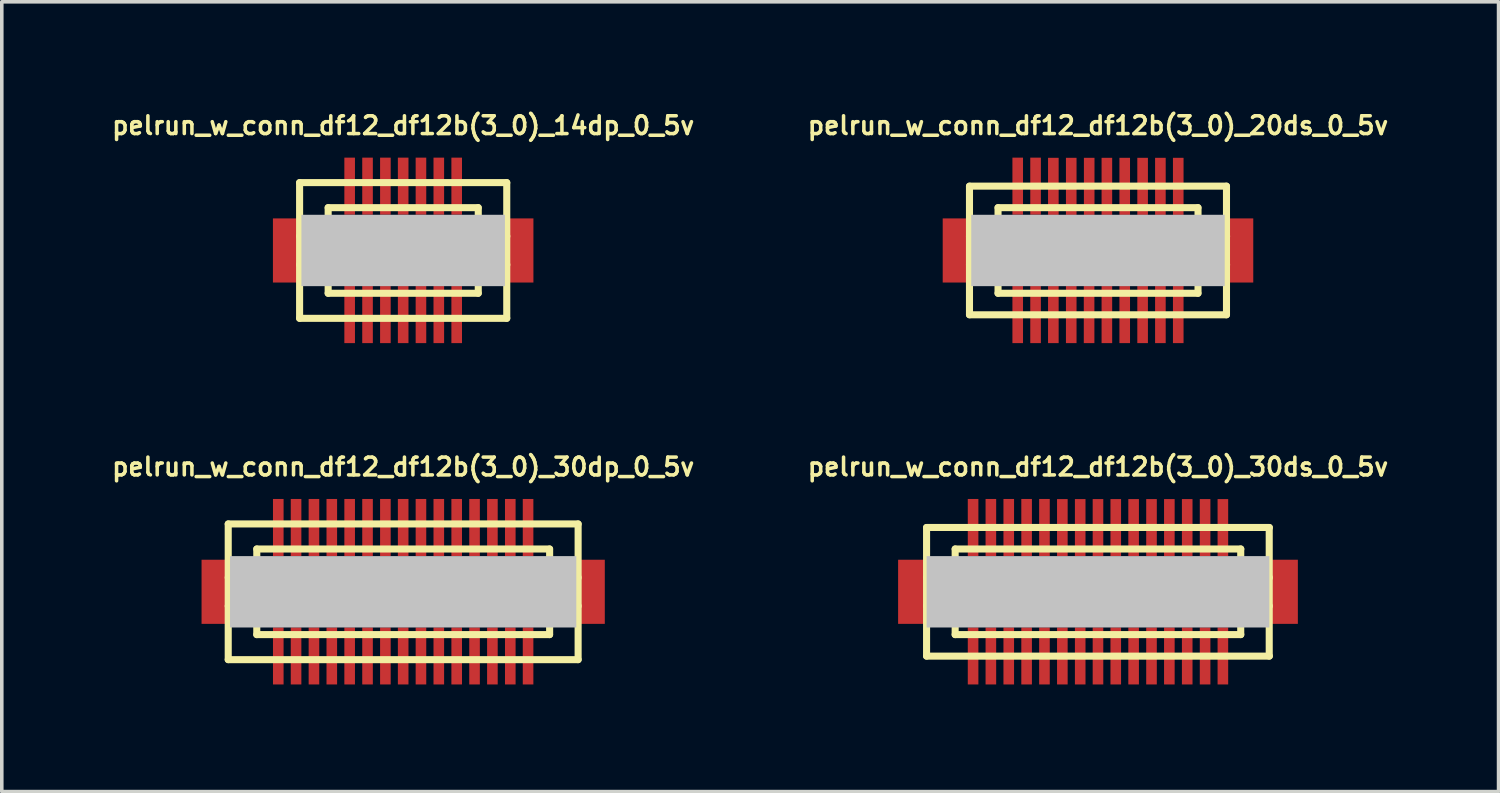
<source format=kicad_pcb>
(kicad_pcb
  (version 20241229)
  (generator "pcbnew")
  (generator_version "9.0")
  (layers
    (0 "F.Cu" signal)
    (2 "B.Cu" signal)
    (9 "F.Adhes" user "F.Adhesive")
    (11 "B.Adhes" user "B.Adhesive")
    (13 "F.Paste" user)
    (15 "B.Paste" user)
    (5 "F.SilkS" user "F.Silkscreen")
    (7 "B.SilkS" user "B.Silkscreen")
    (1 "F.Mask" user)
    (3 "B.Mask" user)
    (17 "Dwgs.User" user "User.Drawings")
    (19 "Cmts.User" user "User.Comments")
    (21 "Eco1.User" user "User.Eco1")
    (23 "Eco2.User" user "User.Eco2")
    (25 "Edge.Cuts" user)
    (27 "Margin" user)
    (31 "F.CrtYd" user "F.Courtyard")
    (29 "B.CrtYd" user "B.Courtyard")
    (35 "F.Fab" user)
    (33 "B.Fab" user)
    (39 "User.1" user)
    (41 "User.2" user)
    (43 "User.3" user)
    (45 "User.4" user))
  (footprint "pelrun_w_conn_df12_df12b(3_0)_30dp_0_5v"
    (layer "F.Cu")
    (at 8.242 13.525)
    (property "Reference" "pelrun_w_conn_df12_df12b(3_0)_30dp_0_5v" (at 0 -3.5 0) (layer "F.SilkS") (effects (font (size 0.498 0.498) (thickness 0.099))))
    (attr through_hole)
    (fp_line (start -4.9 -1.9) (end -4.9 1.9) (stroke (width 0.198) (type solid)) (layer "F.SilkS"))
    (fp_line (start -4.9 -1.9) (end 4.9 -1.9) (stroke (width 0.198) (type solid)) (layer "F.SilkS"))
    (fp_line (start -4.1 -0.399) (end -4.9 -0.399) (stroke (width 0.198) (type solid)) (layer "F.SilkS"))
    (fp_line (start -4.1 0.399) (end -4.9 0.399) (stroke (width 0.198) (type solid)) (layer "F.SilkS"))
    (fp_line (start -4.1 1.199) (end -4.1 -1.199) (stroke (width 0.198) (type solid)) (layer "F.SilkS"))
    (fp_line (start -4.1 1.199) (end 4.1 1.199) (stroke (width 0.198) (type solid)) (layer "F.SilkS"))
    (fp_line (start 4.1 -1.199) (end -4.1 -1.199) (stroke (width 0.198) (type solid)) (layer "F.SilkS"))
    (fp_line (start 4.102 -1.199) (end 4.102 1.199) (stroke (width 0.198) (type solid)) (layer "F.SilkS"))
    (fp_line (start 4.102 -0.399) (end 4.902 -0.399) (stroke (width 0.198) (type solid)) (layer "F.SilkS"))
    (fp_line (start 4.9 1.9) (end -4.9 1.9) (stroke (width 0.198) (type solid)) (layer "F.SilkS"))
    (fp_line (start 4.9 1.9) (end 4.9 -1.9) (stroke (width 0.198) (type solid)) (layer "F.SilkS"))
    (fp_line (start 4.902 0.399) (end 4.102 0.399) (stroke (width 0.198) (type solid)) (layer "F.SilkS"))
    (pad "" smd rect (at -5.248 0) (size 0.798 1.796) (layers "F.Cu" "F.Mask" "F.Paste"))
    (pad "" smd rect (at 0 0) (size 9.698 1.999) (layers "Dwgs.User"))
    (pad "" smd rect (at 5.248 0) (size 0.798 1.796) (layers "F.Cu" "F.Mask" "F.Paste"))
    (pad "1" smd rect (at 3.498 1.796) (size 0.297 1.598) (layers "F.Cu" "F.Mask" "F.Paste"))
    (pad "2" smd rect (at 3 1.796) (size 0.297 1.598) (layers "F.Cu" "F.Mask" "F.Paste"))
    (pad "3" smd rect (at 2.499 1.796) (size 0.297 1.598) (layers "F.Cu" "F.Mask" "F.Paste"))
    (pad "4" smd rect (at 1.999 1.796) (size 0.297 1.598) (layers "F.Cu" "F.Mask" "F.Paste"))
    (pad "5" smd rect (at 1.499 1.796) (size 0.297 1.598) (layers "F.Cu" "F.Mask" "F.Paste"))
    (pad "6" smd rect (at 0.998 1.796) (size 0.297 1.598) (layers "F.Cu" "F.Mask" "F.Paste"))
    (pad "7" smd rect (at 0.498 1.796) (size 0.297 1.598) (layers "F.Cu" "F.Mask" "F.Paste"))
    (pad "8" smd rect (at 0 1.796) (size 0.297 1.598) (layers "F.Cu" "F.Mask" "F.Paste"))
    (pad "9" smd rect (at -0.498 1.796) (size 0.297 1.598) (layers "F.Cu" "F.Mask" "F.Paste"))
    (pad "10" smd rect (at -0.998 1.796) (size 0.297 1.598) (layers "F.Cu" "F.Mask" "F.Paste"))
    (pad "11" smd rect (at -1.499 1.796) (size 0.297 1.598) (layers "F.Cu" "F.Mask" "F.Paste"))
    (pad "12" smd rect (at -1.999 1.796) (size 0.297 1.598) (layers "F.Cu" "F.Mask" "F.Paste"))
    (pad "13" smd rect (at -2.499 1.796) (size 0.297 1.598) (layers "F.Cu" "F.Mask" "F.Paste"))
    (pad "14" smd rect (at -3 1.796) (size 0.297 1.598) (layers "F.Cu" "F.Mask" "F.Paste"))
    (pad "15" smd rect (at -3.498 1.796) (size 0.297 1.598) (layers "F.Cu" "F.Mask" "F.Paste"))
    (pad "16" smd rect (at -3.498 -1.801) (size 0.297 1.598) (layers "F.Cu" "F.Mask" "F.Paste"))
    (pad "17" smd rect (at -3 -1.801) (size 0.297 1.598) (layers "F.Cu" "F.Mask" "F.Paste"))
    (pad "18" smd rect (at -2.499 -1.801) (size 0.297 1.598) (layers "F.Cu" "F.Mask" "F.Paste"))
    (pad "19" smd rect (at -1.999 -1.801) (size 0.297 1.598) (layers "F.Cu" "F.Mask" "F.Paste"))
    (pad "20" smd rect (at -1.499 -1.801) (size 0.297 1.598) (layers "F.Cu" "F.Mask" "F.Paste"))
    (pad "21" smd rect (at -0.998 -1.801) (size 0.297 1.598) (layers "F.Cu" "F.Mask" "F.Paste"))
    (pad "22" smd rect (at -0.498 -1.801) (size 0.297 1.598) (layers "F.Cu" "F.Mask" "F.Paste"))
    (pad "23" smd rect (at 0 -1.801) (size 0.297 1.598) (layers "F.Cu" "F.Mask" "F.Paste"))
    (pad "24" smd rect (at 0.498 -1.801) (size 0.297 1.598) (layers "F.Cu" "F.Mask" "F.Paste"))
    (pad "25" smd rect (at 0.998 -1.801) (size 0.297 1.598) (layers "F.Cu" "F.Mask" "F.Paste"))
    (pad "26" smd rect (at 1.499 -1.801) (size 0.297 1.598) (layers "F.Cu" "F.Mask" "F.Paste"))
    (pad "27" smd rect (at 1.999 -1.801) (size 0.297 1.598) (layers "F.Cu" "F.Mask" "F.Paste"))
    (pad "28" smd rect (at 2.499 -1.801) (size 0.297 1.598) (layers "F.Cu" "F.Mask" "F.Paste"))
    (pad "29" smd rect (at 3 -1.801) (size 0.297 1.598) (layers "F.Cu" "F.Mask" "F.Paste"))
    (pad "30" smd rect (at 3.498 -1.801) (size 0.297 1.598) (layers "F.Cu" "F.Mask" "F.Paste")))
  (footprint "pelrun_w_conn_df12_df12b(3_0)_20ds_0_5v"
    (layer "F.Cu")
    (at 27.702 3.965)
    (property "Reference" "pelrun_w_conn_df12_df12b(3_0)_20ds_0_5v" (at 0 -3.5 0) (layer "F.SilkS") (effects (font (size 0.498 0.498) (thickness 0.099))))
    (attr through_hole)
    (fp_line (start -3.599 1.801) (end -3.599 -1.801) (stroke (width 0.198) (type solid)) (layer "F.SilkS"))
    (fp_line (start -3.599 1.801) (end 3.599 1.801) (stroke (width 0.198) (type solid)) (layer "F.SilkS"))
    (fp_line (start -2.799 -1.199) (end 2.799 -1.199) (stroke (width 0.198) (type solid)) (layer "F.SilkS"))
    (fp_line (start -2.799 -0.399) (end -3.599 -0.399) (stroke (width 0.198) (type solid)) (layer "F.SilkS"))
    (fp_line (start -2.799 0.399) (end -3.599 0.399) (stroke (width 0.198) (type solid)) (layer "F.SilkS"))
    (fp_line (start -2.799 0.701) (end 2.799 0.701) (stroke (width 0.198) (type solid)) (layer "F.SilkS"))
    (fp_line (start -2.799 1.199) (end -2.799 -1.199) (stroke (width 0.198) (type solid)) (layer "F.SilkS"))
    (fp_line (start 2.799 -0.701) (end -2.799 -0.701) (stroke (width 0.198) (type solid)) (layer "F.SilkS"))
    (fp_line (start 2.799 1.199) (end -2.799 1.199) (stroke (width 0.198) (type solid)) (layer "F.SilkS"))
    (fp_line (start 2.802 -1.199) (end 2.802 1.199) (stroke (width 0.198) (type solid)) (layer "F.SilkS"))
    (fp_line (start 2.802 -0.399) (end 3.602 -0.399) (stroke (width 0.198) (type solid)) (layer "F.SilkS"))
    (fp_line (start 3.599 -1.801) (end -3.599 -1.801) (stroke (width 0.198) (type solid)) (layer "F.SilkS"))
    (fp_line (start 3.599 -1.801) (end 3.599 1.801) (stroke (width 0.198) (type solid)) (layer "F.SilkS"))
    (fp_line (start 3.602 0.399) (end 2.802 0.399) (stroke (width 0.198) (type solid)) (layer "F.SilkS"))
    (pad "" smd rect (at -3.95 0) (size 0.798 1.796) (layers "F.Cu" "F.Mask" "F.Paste"))
    (pad "" smd rect (at 0 0) (size 7.099 1.999) (layers "Dwgs.User"))
    (pad "" smd rect (at 3.95 0) (size 0.798 1.796) (layers "F.Cu" "F.Mask" "F.Paste"))
    (pad "1" smd rect (at -2.248 1.796) (size 0.297 1.598) (layers "F.Cu" "F.Mask" "F.Paste"))
    (pad "2" smd rect (at -1.748 1.796) (size 0.297 1.598) (layers "F.Cu" "F.Mask" "F.Paste"))
    (pad "3" smd rect (at -1.25 1.796) (size 0.297 1.598) (layers "F.Cu" "F.Mask" "F.Paste"))
    (pad "4" smd rect (at -0.749 1.796) (size 0.297 1.598) (layers "F.Cu" "F.Mask" "F.Paste"))
    (pad "5" smd rect (at -0.249 1.796) (size 0.297 1.598) (layers "F.Cu" "F.Mask" "F.Paste"))
    (pad "6" smd rect (at 0.249 1.796) (size 0.297 1.598) (layers "F.Cu" "F.Mask" "F.Paste"))
    (pad "7" smd rect (at 0.749 1.796) (size 0.297 1.598) (layers "F.Cu" "F.Mask" "F.Paste"))
    (pad "8" smd rect (at 1.25 1.796) (size 0.297 1.598) (layers "F.Cu" "F.Mask" "F.Paste"))
    (pad "9" smd rect (at 1.748 1.796) (size 0.297 1.598) (layers "F.Cu" "F.Mask" "F.Paste"))
    (pad "10" smd rect (at 2.248 1.796) (size 0.297 1.598) (layers "F.Cu" "F.Mask" "F.Paste"))
    (pad "11" smd rect (at 2.248 -1.796) (size 0.297 1.598) (layers "F.Cu" "F.Mask" "F.Paste"))
    (pad "12" smd rect (at 1.748 -1.796) (size 0.297 1.598) (layers "F.Cu" "F.Mask" "F.Paste"))
    (pad "13" smd rect (at 1.25 -1.796) (size 0.297 1.598) (layers "F.Cu" "F.Mask" "F.Paste"))
    (pad "14" smd rect (at 0.749 -1.796) (size 0.297 1.598) (layers "F.Cu" "F.Mask" "F.Paste"))
    (pad "15" smd rect (at 0.249 -1.796) (size 0.297 1.598) (layers "F.Cu" "F.Mask" "F.Paste"))
    (pad "16" smd rect (at -0.246 -1.796) (size 0.297 1.598) (layers "F.Cu" "F.Mask" "F.Paste"))
    (pad "17" smd rect (at -0.749 -1.796) (size 0.297 1.598) (layers "F.Cu" "F.Mask" "F.Paste"))
    (pad "18" smd rect (at -1.25 -1.796) (size 0.297 1.598) (layers "F.Cu" "F.Mask" "F.Paste"))
    (pad "19" smd rect (at -1.748 -1.801) (size 0.297 1.598) (layers "F.Cu" "F.Mask" "F.Paste"))
    (pad "20" smd rect (at -2.248 -1.801) (size 0.297 1.598) (layers "F.Cu" "F.Mask" "F.Paste")))
  (footprint "pelrun_w_conn_df12_df12b(3_0)_14dp_0_5v"
    (layer "F.Cu")
    (at 8.242 3.965)
    (property "Reference" "pelrun_w_conn_df12_df12b(3_0)_14dp_0_5v" (at 0 -3.5 0) (layer "F.SilkS") (effects (font (size 0.498 0.498) (thickness 0.099))))
    (attr through_hole)
    (fp_line (start -2.901 -1.9) (end -2.901 1.9) (stroke (width 0.198) (type solid)) (layer "F.SilkS"))
    (fp_line (start -2.901 -1.9) (end 2.901 -1.9) (stroke (width 0.198) (type solid)) (layer "F.SilkS"))
    (fp_line (start -2.101 -0.399) (end -2.901 -0.399) (stroke (width 0.198) (type solid)) (layer "F.SilkS"))
    (fp_line (start -2.101 0.399) (end -2.901 0.399) (stroke (width 0.198) (type solid)) (layer "F.SilkS"))
    (fp_line (start -2.101 1.199) (end -2.101 -1.199) (stroke (width 0.198) (type solid)) (layer "F.SilkS"))
    (fp_line (start -2.101 1.199) (end 2.101 1.199) (stroke (width 0.198) (type solid)) (layer "F.SilkS"))
    (fp_line (start 2.101 -1.199) (end -2.101 -1.199) (stroke (width 0.198) (type solid)) (layer "F.SilkS"))
    (fp_line (start 2.103 -1.199) (end 2.103 1.199) (stroke (width 0.198) (type solid)) (layer "F.SilkS"))
    (fp_line (start 2.103 -0.399) (end 2.903 -0.399) (stroke (width 0.198) (type solid)) (layer "F.SilkS"))
    (fp_line (start 2.901 1.9) (end -2.901 1.9) (stroke (width 0.198) (type solid)) (layer "F.SilkS"))
    (fp_line (start 2.901 1.9) (end 2.901 -1.9) (stroke (width 0.198) (type solid)) (layer "F.SilkS"))
    (fp_line (start 2.903 0.399) (end 2.103 0.399) (stroke (width 0.198) (type solid)) (layer "F.SilkS"))
    (pad "" smd rect (at -3.249 0) (size 0.798 1.796) (layers "F.Cu" "F.Mask" "F.Paste"))
    (pad "" smd rect (at 0 0) (size 5.7 1.999) (layers "Dwgs.User"))
    (pad "" smd rect (at 3.249 0) (size 0.798 1.796) (layers "F.Cu" "F.Mask" "F.Paste"))
    (pad "1" smd rect (at 1.499 1.796) (size 0.297 1.598) (layers "F.Cu" "F.Mask" "F.Paste"))
    (pad "2" smd rect (at 0.998 1.796) (size 0.297 1.598) (layers "F.Cu" "F.Mask" "F.Paste"))
    (pad "3" smd rect (at 0.498 1.796) (size 0.297 1.598) (layers "F.Cu" "F.Mask" "F.Paste"))
    (pad "4" smd rect (at 0 1.796) (size 0.297 1.598) (layers "F.Cu" "F.Mask" "F.Paste"))
    (pad "5" smd rect (at -0.498 1.796) (size 0.297 1.598) (layers "F.Cu" "F.Mask" "F.Paste"))
    (pad "6" smd rect (at -0.998 1.796) (size 0.297 1.598) (layers "F.Cu" "F.Mask" "F.Paste"))
    (pad "7" smd rect (at -1.499 1.796) (size 0.297 1.598) (layers "F.Cu" "F.Mask" "F.Paste"))
    (pad "8" smd rect (at -1.499 -1.801) (size 0.297 1.598) (layers "F.Cu" "F.Mask" "F.Paste"))
    (pad "9" smd rect (at -0.998 -1.801) (size 0.297 1.598) (layers "F.Cu" "F.Mask" "F.Paste"))
    (pad "10" smd rect (at -0.498 -1.801) (size 0.297 1.598) (layers "F.Cu" "F.Mask" "F.Paste"))
    (pad "11" smd rect (at 0 -1.801) (size 0.297 1.598) (layers "F.Cu" "F.Mask" "F.Paste"))
    (pad "12" smd rect (at 0.498 -1.801) (size 0.297 1.598) (layers "F.Cu" "F.Mask" "F.Paste"))
    (pad "13" smd rect (at 0.998 -1.801) (size 0.297 1.598) (layers "F.Cu" "F.Mask" "F.Paste"))
    (pad "14" smd rect (at 1.499 -1.801) (size 0.297 1.598) (layers "F.Cu" "F.Mask" "F.Paste")))
  (footprint "pelrun_w_conn_df12_df12b(3_0)_30ds_0_5v"
    (layer "F.Cu")
    (at 27.702 13.525)
    (property "Reference" "pelrun_w_conn_df12_df12b(3_0)_30ds_0_5v" (at 0 -3.5 0) (layer "F.SilkS") (effects (font (size 0.498 0.498) (thickness 0.099))))
    (attr through_hole)
    (fp_line (start -4.801 1.801) (end -4.801 -1.801) (stroke (width 0.198) (type solid)) (layer "F.SilkS"))
    (fp_line (start -4.801 1.801) (end 4.801 1.801) (stroke (width 0.198) (type solid)) (layer "F.SilkS"))
    (fp_line (start -4 -0.701) (end 4 -0.701) (stroke (width 0.198) (type solid)) (layer "F.SilkS"))
    (fp_line (start -4 -0.399) (end -4.801 -0.399) (stroke (width 0.198) (type solid)) (layer "F.SilkS"))
    (fp_line (start -4 0.399) (end -4.801 0.399) (stroke (width 0.198) (type solid)) (layer "F.SilkS"))
    (fp_line (start -4 1.199) (end -4 -1.199) (stroke (width 0.198) (type solid)) (layer "F.SilkS"))
    (fp_line (start 3.998 -1.199) (end 3.998 1.199) (stroke (width 0.198) (type solid)) (layer "F.SilkS"))
    (fp_line (start 4 -1.199) (end -4 -1.199) (stroke (width 0.198) (type solid)) (layer "F.SilkS"))
    (fp_line (start 4 -0.399) (end 4.801 -0.399) (stroke (width 0.198) (type solid)) (layer "F.SilkS"))
    (fp_line (start 4 0.701) (end -4 0.701) (stroke (width 0.198) (type solid)) (layer "F.SilkS"))
    (fp_line (start 4 1.199) (end -4 1.199) (stroke (width 0.198) (type solid)) (layer "F.SilkS"))
    (fp_line (start 4.796 -1.801) (end 4.796 1.801) (stroke (width 0.198) (type solid)) (layer "F.SilkS"))
    (fp_line (start 4.801 -1.801) (end -4.801 -1.801) (stroke (width 0.198) (type solid)) (layer "F.SilkS"))
    (fp_line (start 4.801 0.399) (end 4 0.399) (stroke (width 0.198) (type solid)) (layer "F.SilkS"))
    (pad "" smd rect (at -5.199 0) (size 0.798 1.796) (layers "F.Cu" "F.Mask" "F.Paste"))
    (pad "" smd rect (at 0 0) (size 9.599 1.999) (layers "Dwgs.User"))
    (pad "" smd rect (at 5.199 0) (size 0.798 1.796) (layers "F.Cu" "F.Mask" "F.Paste"))
    (pad "1" smd rect (at -3.498 1.796) (size 0.297 1.598) (layers "F.Cu" "F.Mask" "F.Paste"))
    (pad "2" smd rect (at -3 1.796) (size 0.297 1.598) (layers "F.Cu" "F.Mask" "F.Paste"))
    (pad "3" smd rect (at -2.499 1.796) (size 0.297 1.598) (layers "F.Cu" "F.Mask" "F.Paste"))
    (pad "4" smd rect (at -1.999 1.796) (size 0.297 1.598) (layers "F.Cu" "F.Mask" "F.Paste"))
    (pad "5" smd rect (at -1.499 1.796) (size 0.297 1.598) (layers "F.Cu" "F.Mask" "F.Paste"))
    (pad "6" smd rect (at -0.998 1.796) (size 0.297 1.598) (layers "F.Cu" "F.Mask" "F.Paste"))
    (pad "7" smd rect (at -0.498 1.796) (size 0.297 1.598) (layers "F.Cu" "F.Mask" "F.Paste"))
    (pad "8" smd rect (at 0 1.796) (size 0.297 1.598) (layers "F.Cu" "F.Mask" "F.Paste"))
    (pad "9" smd rect (at 0.498 1.796) (size 0.297 1.598) (layers "F.Cu" "F.Mask" "F.Paste"))
    (pad "10" smd rect (at 0.998 1.796) (size 0.297 1.598) (layers "F.Cu" "F.Mask" "F.Paste"))
    (pad "11" smd rect (at 1.499 1.796) (size 0.297 1.598) (layers "F.Cu" "F.Mask" "F.Paste"))
    (pad "12" smd rect (at 1.999 1.796) (size 0.297 1.598) (layers "F.Cu" "F.Mask" "F.Paste"))
    (pad "13" smd rect (at 2.499 1.796) (size 0.297 1.598) (layers "F.Cu" "F.Mask" "F.Paste"))
    (pad "14" smd rect (at 3 1.796) (size 0.297 1.598) (layers "F.Cu" "F.Mask" "F.Paste"))
    (pad "15" smd rect (at 3.498 1.796) (size 0.297 1.598) (layers "F.Cu" "F.Mask" "F.Paste"))
    (pad "16" smd rect (at 3.498 -1.798) (size 0.297 1.598) (layers "F.Cu" "F.Mask" "F.Paste"))
    (pad "17" smd rect (at 3 -1.798) (size 0.297 1.598) (layers "F.Cu" "F.Mask" "F.Paste"))
    (pad "18" smd rect (at 2.499 -1.798) (size 0.297 1.598) (layers "F.Cu" "F.Mask" "F.Paste"))
    (pad "19" smd rect (at 1.999 -1.798) (size 0.297 1.598) (layers "F.Cu" "F.Mask" "F.Paste"))
    (pad "20" smd rect (at 1.499 -1.798) (size 0.297 1.598) (layers "F.Cu" "F.Mask" "F.Paste"))
    (pad "21" smd rect (at 0.998 -1.798) (size 0.297 1.598) (layers "F.Cu" "F.Mask" "F.Paste"))
    (pad "22" smd rect (at 0.498 -1.798) (size 0.297 1.598) (layers "F.Cu" "F.Mask" "F.Paste"))
    (pad "23" smd rect (at 0 -1.798) (size 0.297 1.598) (layers "F.Cu" "F.Mask" "F.Paste"))
    (pad "24" smd rect (at -0.498 -1.798) (size 0.297 1.598) (layers "F.Cu" "F.Mask" "F.Paste"))
    (pad "25" smd rect (at -0.998 -1.798) (size 0.297 1.598) (layers "F.Cu" "F.Mask" "F.Paste"))
    (pad "26" smd rect (at -1.499 -1.801) (size 0.297 1.598) (layers "F.Cu" "F.Mask" "F.Paste"))
    (pad "27" smd rect (at -1.999 -1.801) (size 0.297 1.598) (layers "F.Cu" "F.Mask" "F.Paste"))
    (pad "28" smd rect (at -2.499 -1.801) (size 0.297 1.598) (layers "F.Cu" "F.Mask" "F.Paste"))
    (pad "29" smd rect (at -3 -1.801) (size 0.297 1.598) (layers "F.Cu" "F.Mask" "F.Paste"))
    (pad "30" smd rect (at -3.498 -1.801) (size 0.297 1.598) (layers "F.Cu" "F.Mask" "F.Paste")))
  (gr_rect
    (start -3 -3)
    (end 38.921 19.12)
    (stroke (width 0.1) (type default))
    (fill no)
    (layer "Edge.Cuts")))
</source>
